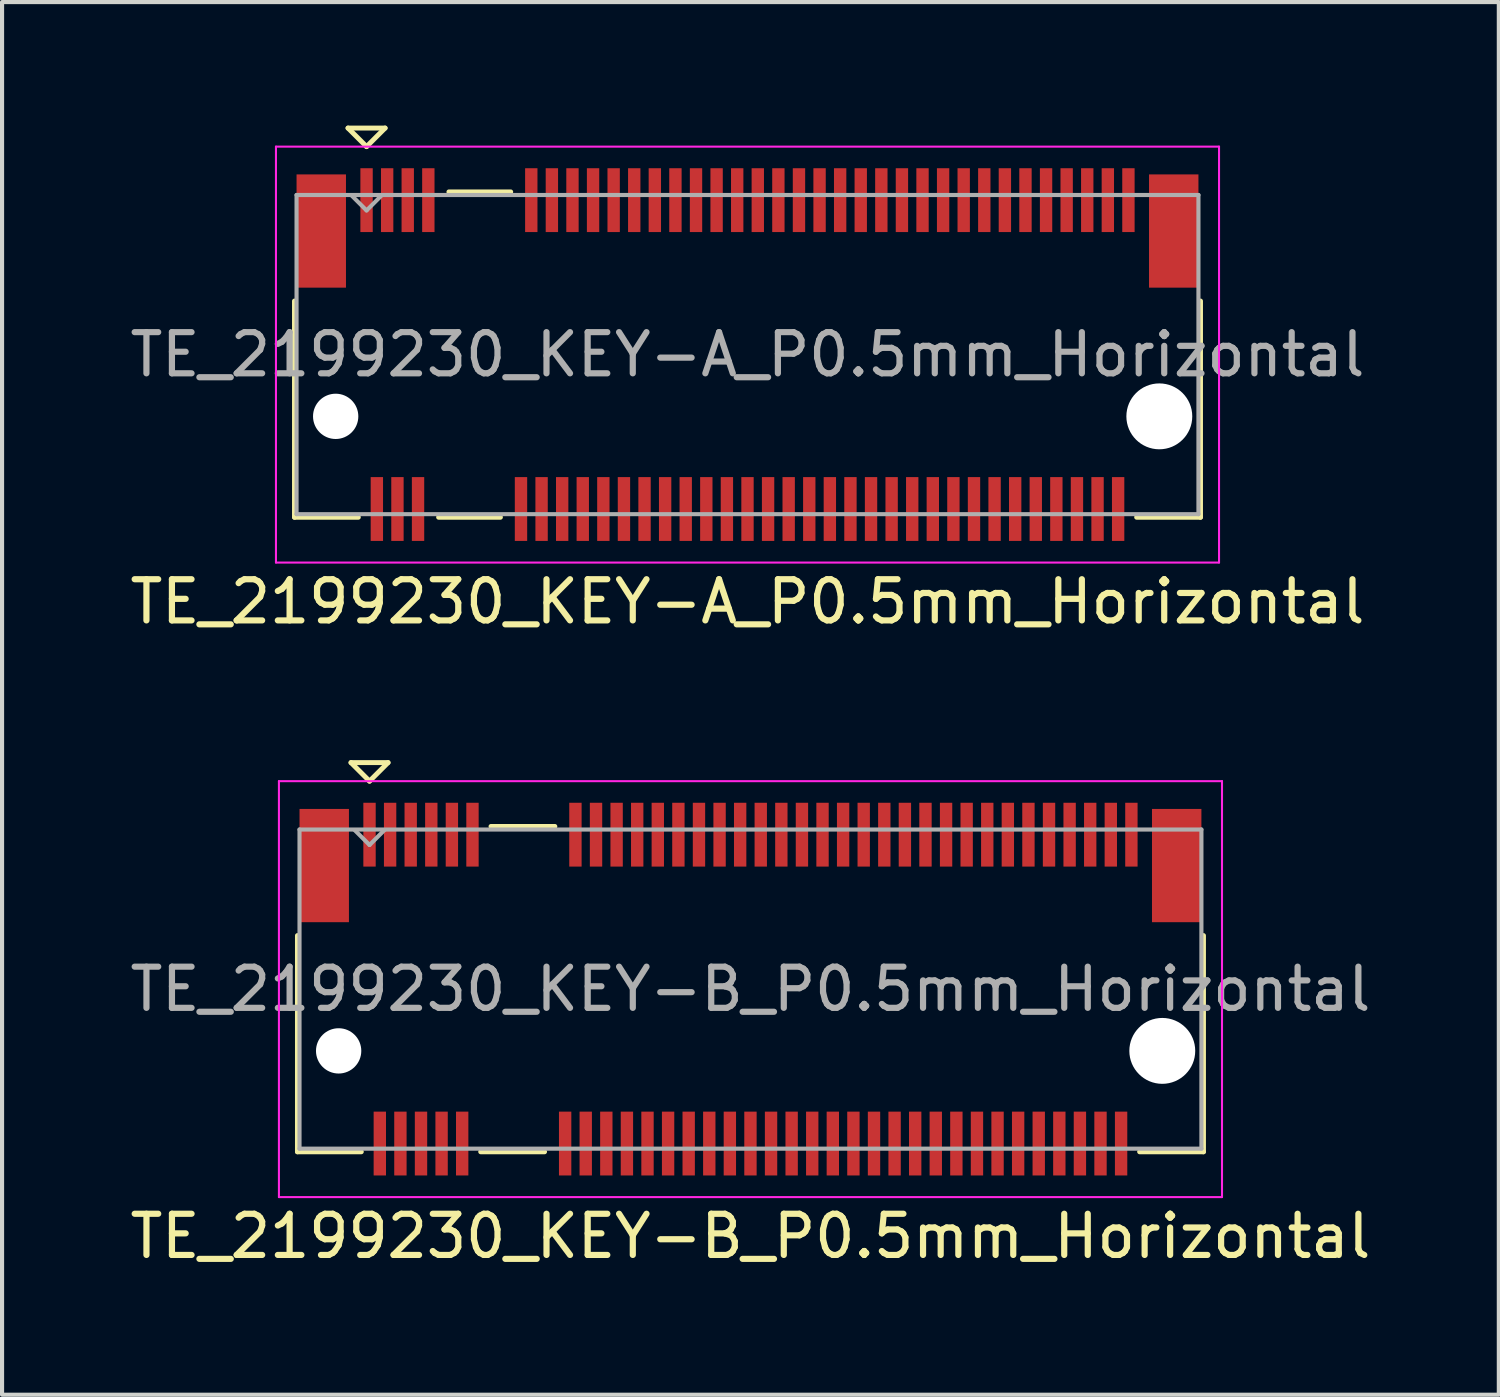
<source format=kicad_pcb>
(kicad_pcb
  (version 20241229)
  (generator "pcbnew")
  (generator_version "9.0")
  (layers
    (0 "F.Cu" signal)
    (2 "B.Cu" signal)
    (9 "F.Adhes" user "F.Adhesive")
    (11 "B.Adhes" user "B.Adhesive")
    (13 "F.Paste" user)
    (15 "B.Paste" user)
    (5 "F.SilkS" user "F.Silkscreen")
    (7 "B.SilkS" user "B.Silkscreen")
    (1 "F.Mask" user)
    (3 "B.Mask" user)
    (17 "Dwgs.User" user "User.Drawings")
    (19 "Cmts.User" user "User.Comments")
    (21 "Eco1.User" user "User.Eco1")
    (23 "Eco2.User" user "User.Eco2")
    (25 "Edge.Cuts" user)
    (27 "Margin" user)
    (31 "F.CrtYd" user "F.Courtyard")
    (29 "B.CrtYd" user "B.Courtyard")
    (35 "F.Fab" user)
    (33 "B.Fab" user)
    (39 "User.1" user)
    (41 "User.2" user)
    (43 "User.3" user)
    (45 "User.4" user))
  (footprint "TE_2199230_KEY-A_P0.5mm_Horizontal"
    (layer "F.Cu")
    (at 15.101 5.56)
    (property "Reference" "TE_2199230_KEY-A_P0.5mm_Horizontal" (at 0 6 0) (layer "F.SilkS") (effects (font (size 1 1) (thickness 0.15))))
    (attr smd)
    (fp_line (start -11 3.95) (end -11 -1.3) (stroke (width 0.12) (type solid)) (layer "F.SilkS"))
    (fp_line (start -9.7 -5.5) (end -8.8 -5.5) (stroke (width 0.12) (type solid)) (layer "F.SilkS"))
    (fp_line (start -9.45 3.95) (end -11 3.95) (stroke (width 0.12) (type solid)) (layer "F.SilkS"))
    (fp_line (start -9.25 -5.05) (end -9.7 -5.5) (stroke (width 0.12) (type solid)) (layer "F.SilkS"))
    (fp_line (start -8.8 -5.5) (end -9.25 -5.05) (stroke (width 0.12) (type solid)) (layer "F.SilkS"))
    (fp_line (start -6 3.95) (end -7.5 3.95) (stroke (width 0.12) (type solid)) (layer "F.SilkS"))
    (fp_line (start -5.75 -3.95) (end -7.25 -3.95) (stroke (width 0.12) (type solid)) (layer "F.SilkS"))
    (fp_line (start 11 -1.3) (end 11 3.95) (stroke (width 0.12) (type solid)) (layer "F.SilkS"))
    (fp_line (start 11 3.95) (end 9.45 3.95) (stroke (width 0.12) (type solid)) (layer "F.SilkS"))
    (fp_line (start -11.45 -5.05) (end 11.45 -5.05) (stroke (width 0.05) (type solid)) (layer "F.CrtYd"))
    (fp_line (start -11.45 5.05) (end -11.45 -5.05) (stroke (width 0.05) (type solid)) (layer "F.CrtYd"))
    (fp_line (start -11.45 5.05) (end 11.45 5.05) (stroke (width 0.05) (type solid)) (layer "F.CrtYd"))
    (fp_line (start 11.45 -5.05) (end 11.45 5.05) (stroke (width 0.05) (type solid)) (layer "F.CrtYd"))
    (fp_line (start -10.95 -3.875) (end -10.95 3.875) (stroke (width 0.1) (type solid)) (layer "F.Fab"))
    (fp_line (start -10.95 3.875) (end 10.95 3.875) (stroke (width 0.1) (type solid)) (layer "F.Fab"))
    (fp_line (start -9.25 -3.5) (end -9.61 -3.86) (stroke (width 0.1) (type solid)) (layer "F.Fab"))
    (fp_line (start -9.25 -3.5) (end -8.89 -3.86) (stroke (width 0.1) (type solid)) (layer "F.Fab"))
    (fp_line (start 10.95 -3.875) (end -10.95 -3.875) (stroke (width 0.1) (type solid)) (layer "F.Fab"))
    (fp_line (start 10.95 -3.875) (end 10.95 3.875) (stroke (width 0.1) (type solid)) (layer "F.Fab"))
    (fp_text user "${REFERENCE}" (at 0 0 0) (layer "F.Fab") (effects (font (size 1 1) (thickness 0.15))))
    (pad "" np_thru_hole circle (at -10 1.5) (size 1.1 1.1) (drill 1.1) (layers "*.Cu" "*.Mask"))
    (pad "" np_thru_hole circle (at 10 1.5) (size 1.6 1.6) (drill 1.6) (layers "*.Cu" "*.Mask"))
    (pad "1" smd rect (at -9.25 -3.75) (size 0.3 1.55) (layers "F.Cu" "F.Mask" "F.Paste"))
    (pad "2" smd rect (at -9 3.75) (size 0.3 1.55) (layers "F.Cu" "F.Mask" "F.Paste"))
    (pad "3" smd rect (at -8.75 -3.75) (size 0.3 1.55) (layers "F.Cu" "F.Mask" "F.Paste"))
    (pad "4" smd rect (at -8.5 3.75) (size 0.3 1.55) (layers "F.Cu" "F.Mask" "F.Paste"))
    (pad "5" smd rect (at -8.25 -3.75) (size 0.3 1.55) (layers "F.Cu" "F.Mask" "F.Paste"))
    (pad "6" smd rect (at -8 3.75) (size 0.3 1.55) (layers "F.Cu" "F.Mask" "F.Paste"))
    (pad "7" smd rect (at -7.75 -3.75) (size 0.3 1.55) (layers "F.Cu" "F.Mask" "F.Paste"))
    (pad "16" smd rect (at -5.5 3.75) (size 0.3 1.55) (layers "F.Cu" "F.Mask" "F.Paste"))
    (pad "17" smd rect (at -5.25 -3.75) (size 0.3 1.55) (layers "F.Cu" "F.Mask" "F.Paste"))
    (pad "18" smd rect (at -5 3.75) (size 0.3 1.55) (layers "F.Cu" "F.Mask" "F.Paste"))
    (pad "19" smd rect (at -4.75 -3.75) (size 0.3 1.55) (layers "F.Cu" "F.Mask" "F.Paste"))
    (pad "20" smd rect (at -4.5 3.75) (size 0.3 1.55) (layers "F.Cu" "F.Mask" "F.Paste"))
    (pad "21" smd rect (at -4.25 -3.75) (size 0.3 1.55) (layers "F.Cu" "F.Mask" "F.Paste"))
    (pad "22" smd rect (at -4 3.75) (size 0.3 1.55) (layers "F.Cu" "F.Mask" "F.Paste"))
    (pad "23" smd rect (at -3.75 -3.75) (size 0.3 1.55) (layers "F.Cu" "F.Mask" "F.Paste"))
    (pad "24" smd rect (at -3.5 3.75) (size 0.3 1.55) (layers "F.Cu" "F.Mask" "F.Paste"))
    (pad "25" smd rect (at -3.25 -3.75) (size 0.3 1.55) (layers "F.Cu" "F.Mask" "F.Paste"))
    (pad "26" smd rect (at -3 3.75) (size 0.3 1.55) (layers "F.Cu" "F.Mask" "F.Paste"))
    (pad "27" smd rect (at -2.75 -3.75) (size 0.3 1.55) (layers "F.Cu" "F.Mask" "F.Paste"))
    (pad "28" smd rect (at -2.5 3.75) (size 0.3 1.55) (layers "F.Cu" "F.Mask" "F.Paste"))
    (pad "29" smd rect (at -2.25 -3.75) (size 0.3 1.55) (layers "F.Cu" "F.Mask" "F.Paste"))
    (pad "30" smd rect (at -2 3.75) (size 0.3 1.55) (layers "F.Cu" "F.Mask" "F.Paste"))
    (pad "31" smd rect (at -1.75 -3.75) (size 0.3 1.55) (layers "F.Cu" "F.Mask" "F.Paste"))
    (pad "32" smd rect (at -1.5 3.75) (size 0.3 1.55) (layers "F.Cu" "F.Mask" "F.Paste"))
    (pad "33" smd rect (at -1.25 -3.75) (size 0.3 1.55) (layers "F.Cu" "F.Mask" "F.Paste"))
    (pad "34" smd rect (at -1 3.75) (size 0.3 1.55) (layers "F.Cu" "F.Mask" "F.Paste"))
    (pad "35" smd rect (at -0.75 -3.75) (size 0.3 1.55) (layers "F.Cu" "F.Mask" "F.Paste"))
    (pad "36" smd rect (at -0.5 3.75) (size 0.3 1.55) (layers "F.Cu" "F.Mask" "F.Paste"))
    (pad "37" smd rect (at -0.25 -3.75) (size 0.3 1.55) (layers "F.Cu" "F.Mask" "F.Paste"))
    (pad "38" smd rect (at 0 3.75) (size 0.3 1.55) (layers "F.Cu" "F.Mask" "F.Paste"))
    (pad "39" smd rect (at 0.25 -3.75) (size 0.3 1.55) (layers "F.Cu" "F.Mask" "F.Paste"))
    (pad "40" smd rect (at 0.5 3.75) (size 0.3 1.55) (layers "F.Cu" "F.Mask" "F.Paste"))
    (pad "41" smd rect (at 0.75 -3.75) (size 0.3 1.55) (layers "F.Cu" "F.Mask" "F.Paste"))
    (pad "42" smd rect (at 1 3.75) (size 0.3 1.55) (layers "F.Cu" "F.Mask" "F.Paste"))
    (pad "43" smd rect (at 1.25 -3.75) (size 0.3 1.55) (layers "F.Cu" "F.Mask" "F.Paste"))
    (pad "44" smd rect (at 1.5 3.75) (size 0.3 1.55) (layers "F.Cu" "F.Mask" "F.Paste"))
    (pad "45" smd rect (at 1.75 -3.75) (size 0.3 1.55) (layers "F.Cu" "F.Mask" "F.Paste"))
    (pad "46" smd rect (at 2 3.75) (size 0.3 1.55) (layers "F.Cu" "F.Mask" "F.Paste"))
    (pad "47" smd rect (at 2.25 -3.75) (size 0.3 1.55) (layers "F.Cu" "F.Mask" "F.Paste"))
    (pad "48" smd rect (at 2.5 3.75) (size 0.3 1.55) (layers "F.Cu" "F.Mask" "F.Paste"))
    (pad "49" smd rect (at 2.75 -3.75) (size 0.3 1.55) (layers "F.Cu" "F.Mask" "F.Paste"))
    (pad "50" smd rect (at 3 3.75) (size 0.3 1.55) (layers "F.Cu" "F.Mask" "F.Paste"))
    (pad "51" smd rect (at 3.25 -3.75) (size 0.3 1.55) (layers "F.Cu" "F.Mask" "F.Paste"))
    (pad "52" smd rect (at 3.5 3.75) (size 0.3 1.55) (layers "F.Cu" "F.Mask" "F.Paste"))
    (pad "53" smd rect (at 3.75 -3.75) (size 0.3 1.55) (layers "F.Cu" "F.Mask" "F.Paste"))
    (pad "54" smd rect (at 4 3.75) (size 0.3 1.55) (layers "F.Cu" "F.Mask" "F.Paste"))
    (pad "55" smd rect (at 4.25 -3.75) (size 0.3 1.55) (layers "F.Cu" "F.Mask" "F.Paste"))
    (pad "56" smd rect (at 4.5 3.75) (size 0.3 1.55) (layers "F.Cu" "F.Mask" "F.Paste"))
    (pad "57" smd rect (at 4.75 -3.75) (size 0.3 1.55) (layers "F.Cu" "F.Mask" "F.Paste"))
    (pad "58" smd rect (at 5 3.75) (size 0.3 1.55) (layers "F.Cu" "F.Mask" "F.Paste"))
    (pad "59" smd rect (at 5.25 -3.75) (size 0.3 1.55) (layers "F.Cu" "F.Mask" "F.Paste"))
    (pad "60" smd rect (at 5.5 3.75) (size 0.3 1.55) (layers "F.Cu" "F.Mask" "F.Paste"))
    (pad "61" smd rect (at 5.75 -3.75) (size 0.3 1.55) (layers "F.Cu" "F.Mask" "F.Paste"))
    (pad "62" smd rect (at 6 3.75) (size 0.3 1.55) (layers "F.Cu" "F.Mask" "F.Paste"))
    (pad "63" smd rect (at 6.25 -3.75) (size 0.3 1.55) (layers "F.Cu" "F.Mask" "F.Paste"))
    (pad "64" smd rect (at 6.5 3.75) (size 0.3 1.55) (layers "F.Cu" "F.Mask" "F.Paste"))
    (pad "65" smd rect (at 6.75 -3.75) (size 0.3 1.55) (layers "F.Cu" "F.Mask" "F.Paste"))
    (pad "66" smd rect (at 7 3.75) (size 0.3 1.55) (layers "F.Cu" "F.Mask" "F.Paste"))
    (pad "67" smd rect (at 7.25 -3.75) (size 0.3 1.55) (layers "F.Cu" "F.Mask" "F.Paste"))
    (pad "68" smd rect (at 7.5 3.75) (size 0.3 1.55) (layers "F.Cu" "F.Mask" "F.Paste"))
    (pad "69" smd rect (at 7.75 -3.75) (size 0.3 1.55) (layers "F.Cu" "F.Mask" "F.Paste"))
    (pad "70" smd rect (at 8 3.75) (size 0.3 1.55) (layers "F.Cu" "F.Mask" "F.Paste"))
    (pad "71" smd rect (at 8.25 -3.75) (size 0.3 1.55) (layers "F.Cu" "F.Mask" "F.Paste"))
    (pad "72" smd rect (at 8.5 3.75) (size 0.3 1.55) (layers "F.Cu" "F.Mask" "F.Paste"))
    (pad "73" smd rect (at 8.75 -3.75) (size 0.3 1.55) (layers "F.Cu" "F.Mask" "F.Paste"))
    (pad "74" smd rect (at 9 3.75) (size 0.3 1.55) (layers "F.Cu" "F.Mask" "F.Paste"))
    (pad "75" smd rect (at 9.25 -3.75) (size 0.3 1.55) (layers "F.Cu" "F.Mask" "F.Paste"))
    (pad "MP" smd rect (at -10.35 -3) (size 1.2 2.75) (layers "F.Cu" "F.Mask" "F.Paste"))
    (pad "MP" smd rect (at 10.35 -3) (size 1.2 2.75) (layers "F.Cu" "F.Mask" "F.Paste")))
  (footprint "TE_2199230_KEY-B_P0.5mm_Horizontal"
    (layer "F.Cu")
    (at 15.173 20.968)
    (property "Reference" "TE_2199230_KEY-B_P0.5mm_Horizontal" (at 0 6 0) (layer "F.SilkS") (effects (font (size 1 1) (thickness 0.15))))
    (attr through_hole)
    (fp_line (start -11 3.95) (end -11 -1.3) (stroke (width 0.12) (type solid)) (layer "F.SilkS"))
    (fp_line (start -9.7 -5.5) (end -8.8 -5.5) (stroke (width 0.12) (type solid)) (layer "F.SilkS"))
    (fp_line (start -9.45 3.95) (end -11 3.95) (stroke (width 0.12) (type solid)) (layer "F.SilkS"))
    (fp_line (start -9.25 -5.05) (end -9.7 -5.5) (stroke (width 0.12) (type solid)) (layer "F.SilkS"))
    (fp_line (start -8.8 -5.5) (end -9.25 -5.05) (stroke (width 0.12) (type solid)) (layer "F.SilkS"))
    (fp_line (start -5 3.95) (end -6.55 3.95) (stroke (width 0.12) (type solid)) (layer "F.SilkS"))
    (fp_line (start -4.75 -3.95) (end -6.3 -3.95) (stroke (width 0.12) (type solid)) (layer "F.SilkS"))
    (fp_line (start 11 -1.3) (end 11 3.95) (stroke (width 0.12) (type solid)) (layer "F.SilkS"))
    (fp_line (start 11 3.95) (end 9.45 3.95) (stroke (width 0.12) (type solid)) (layer "F.SilkS"))
    (fp_line (start -11.45 -5.05) (end 11.45 -5.05) (stroke (width 0.05) (type solid)) (layer "F.CrtYd"))
    (fp_line (start -11.45 5.05) (end -11.45 -5.05) (stroke (width 0.05) (type solid)) (layer "F.CrtYd"))
    (fp_line (start -11.45 5.05) (end 11.45 5.05) (stroke (width 0.05) (type solid)) (layer "F.CrtYd"))
    (fp_line (start 11.45 -5.05) (end 11.45 5.05) (stroke (width 0.05) (type solid)) (layer "F.CrtYd"))
    (fp_line (start -10.95 -3.875) (end -10.95 3.875) (stroke (width 0.1) (type solid)) (layer "F.Fab"))
    (fp_line (start -10.95 3.875) (end 10.95 3.875) (stroke (width 0.1) (type solid)) (layer "F.Fab"))
    (fp_line (start -9.25 -3.5) (end -9.61 -3.86) (stroke (width 0.1) (type solid)) (layer "F.Fab"))
    (fp_line (start -9.25 -3.5) (end -8.89 -3.86) (stroke (width 0.1) (type solid)) (layer "F.Fab"))
    (fp_line (start 10.95 -3.875) (end -10.95 -3.875) (stroke (width 0.1) (type solid)) (layer "F.Fab"))
    (fp_line (start 10.95 -3.875) (end 10.95 3.875) (stroke (width 0.1) (type solid)) (layer "F.Fab"))
    (fp_text user "${REFERENCE}" (at 0 0 0) (layer "F.Fab") (effects (font (size 1 1) (thickness 0.15))))
    (pad "" np_thru_hole circle (at -10 1.5) (size 1.1 1.1) (drill 1.1) (layers "*.Cu" "*.Mask"))
    (pad "" np_thru_hole circle (at 10 1.5) (size 1.6 1.6) (drill 1.6) (layers "*.Cu" "*.Mask"))
    (pad "1" smd rect (at -9.25 -3.75) (size 0.3 1.55) (layers "F.Cu" "F.Mask" "F.Paste"))
    (pad "2" smd rect (at -9 3.75) (size 0.3 1.55) (layers "F.Cu" "F.Mask" "F.Paste"))
    (pad "3" smd rect (at -8.75 -3.75) (size 0.3 1.55) (layers "F.Cu" "F.Mask" "F.Paste"))
    (pad "4" smd rect (at -8.5 3.75) (size 0.3 1.55) (layers "F.Cu" "F.Mask" "F.Paste"))
    (pad "5" smd rect (at -8.25 -3.75) (size 0.3 1.55) (layers "F.Cu" "F.Mask" "F.Paste"))
    (pad "6" smd rect (at -8 3.75) (size 0.3 1.55) (layers "F.Cu" "F.Mask" "F.Paste"))
    (pad "7" smd rect (at -7.75 -3.75) (size 0.3 1.55) (layers "F.Cu" "F.Mask" "F.Paste"))
    (pad "8" smd rect (at -7.5 3.75) (size 0.3 1.55) (layers "F.Cu" "F.Mask" "F.Paste"))
    (pad "9" smd rect (at -7.25 -3.75) (size 0.3 1.55) (layers "F.Cu" "F.Mask" "F.Paste"))
    (pad "10" smd rect (at -7 3.75) (size 0.3 1.55) (layers "F.Cu" "F.Mask" "F.Paste"))
    (pad "11" smd rect (at -6.75 -3.75) (size 0.3 1.55) (layers "F.Cu" "F.Mask" "F.Paste"))
    (pad "20" smd rect (at -4.5 3.75) (size 0.3 1.55) (layers "F.Cu" "F.Mask" "F.Paste"))
    (pad "21" smd rect (at -4.25 -3.75) (size 0.3 1.55) (layers "F.Cu" "F.Mask" "F.Paste"))
    (pad "22" smd rect (at -4 3.75) (size 0.3 1.55) (layers "F.Cu" "F.Mask" "F.Paste"))
    (pad "23" smd rect (at -3.75 -3.75) (size 0.3 1.55) (layers "F.Cu" "F.Mask" "F.Paste"))
    (pad "24" smd rect (at -3.5 3.75) (size 0.3 1.55) (layers "F.Cu" "F.Mask" "F.Paste"))
    (pad "25" smd rect (at -3.25 -3.75) (size 0.3 1.55) (layers "F.Cu" "F.Mask" "F.Paste"))
    (pad "26" smd rect (at -3 3.75) (size 0.3 1.55) (layers "F.Cu" "F.Mask" "F.Paste"))
    (pad "27" smd rect (at -2.75 -3.75) (size 0.3 1.55) (layers "F.Cu" "F.Mask" "F.Paste"))
    (pad "28" smd rect (at -2.5 3.75) (size 0.3 1.55) (layers "F.Cu" "F.Mask" "F.Paste"))
    (pad "29" smd rect (at -2.25 -3.75) (size 0.3 1.55) (layers "F.Cu" "F.Mask" "F.Paste"))
    (pad "30" smd rect (at -2 3.75) (size 0.3 1.55) (layers "F.Cu" "F.Mask" "F.Paste"))
    (pad "31" smd rect (at -1.75 -3.75) (size 0.3 1.55) (layers "F.Cu" "F.Mask" "F.Paste"))
    (pad "32" smd rect (at -1.5 3.75) (size 0.3 1.55) (layers "F.Cu" "F.Mask" "F.Paste"))
    (pad "33" smd rect (at -1.25 -3.75) (size 0.3 1.55) (layers "F.Cu" "F.Mask" "F.Paste"))
    (pad "34" smd rect (at -1 3.75) (size 0.3 1.55) (layers "F.Cu" "F.Mask" "F.Paste"))
    (pad "35" smd rect (at -0.75 -3.75) (size 0.3 1.55) (layers "F.Cu" "F.Mask" "F.Paste"))
    (pad "36" smd rect (at -0.5 3.75) (size 0.3 1.55) (layers "F.Cu" "F.Mask" "F.Paste"))
    (pad "37" smd rect (at -0.25 -3.75) (size 0.3 1.55) (layers "F.Cu" "F.Mask" "F.Paste"))
    (pad "38" smd rect (at 0 3.75) (size 0.3 1.55) (layers "F.Cu" "F.Mask" "F.Paste"))
    (pad "39" smd rect (at 0.25 -3.75) (size 0.3 1.55) (layers "F.Cu" "F.Mask" "F.Paste"))
    (pad "40" smd rect (at 0.5 3.75) (size 0.3 1.55) (layers "F.Cu" "F.Mask" "F.Paste"))
    (pad "41" smd rect (at 0.75 -3.75) (size 0.3 1.55) (layers "F.Cu" "F.Mask" "F.Paste"))
    (pad "42" smd rect (at 1 3.75) (size 0.3 1.55) (layers "F.Cu" "F.Mask" "F.Paste"))
    (pad "43" smd rect (at 1.25 -3.75) (size 0.3 1.55) (layers "F.Cu" "F.Mask" "F.Paste"))
    (pad "44" smd rect (at 1.5 3.75) (size 0.3 1.55) (layers "F.Cu" "F.Mask" "F.Paste"))
    (pad "45" smd rect (at 1.75 -3.75) (size 0.3 1.55) (layers "F.Cu" "F.Mask" "F.Paste"))
    (pad "46" smd rect (at 2 3.75) (size 0.3 1.55) (layers "F.Cu" "F.Mask" "F.Paste"))
    (pad "47" smd rect (at 2.25 -3.75) (size 0.3 1.55) (layers "F.Cu" "F.Mask" "F.Paste"))
    (pad "48" smd rect (at 2.5 3.75) (size 0.3 1.55) (layers "F.Cu" "F.Mask" "F.Paste"))
    (pad "49" smd rect (at 2.75 -3.75) (size 0.3 1.55) (layers "F.Cu" "F.Mask" "F.Paste"))
    (pad "50" smd rect (at 3 3.75) (size 0.3 1.55) (layers "F.Cu" "F.Mask" "F.Paste"))
    (pad "51" smd rect (at 3.25 -3.75) (size 0.3 1.55) (layers "F.Cu" "F.Mask" "F.Paste"))
    (pad "52" smd rect (at 3.5 3.75) (size 0.3 1.55) (layers "F.Cu" "F.Mask" "F.Paste"))
    (pad "53" smd rect (at 3.75 -3.75) (size 0.3 1.55) (layers "F.Cu" "F.Mask" "F.Paste"))
    (pad "54" smd rect (at 4 3.75) (size 0.3 1.55) (layers "F.Cu" "F.Mask" "F.Paste"))
    (pad "55" smd rect (at 4.25 -3.75) (size 0.3 1.55) (layers "F.Cu" "F.Mask" "F.Paste"))
    (pad "56" smd rect (at 4.5 3.75) (size 0.3 1.55) (layers "F.Cu" "F.Mask" "F.Paste"))
    (pad "57" smd rect (at 4.75 -3.75) (size 0.3 1.55) (layers "F.Cu" "F.Mask" "F.Paste"))
    (pad "58" smd rect (at 5 3.75) (size 0.3 1.55) (layers "F.Cu" "F.Mask" "F.Paste"))
    (pad "59" smd rect (at 5.25 -3.75) (size 0.3 1.55) (layers "F.Cu" "F.Mask" "F.Paste"))
    (pad "60" smd rect (at 5.5 3.75) (size 0.3 1.55) (layers "F.Cu" "F.Mask" "F.Paste"))
    (pad "61" smd rect (at 5.75 -3.75) (size 0.3 1.55) (layers "F.Cu" "F.Mask" "F.Paste"))
    (pad "62" smd rect (at 6 3.75) (size 0.3 1.55) (layers "F.Cu" "F.Mask" "F.Paste"))
    (pad "63" smd rect (at 6.25 -3.75) (size 0.3 1.55) (layers "F.Cu" "F.Mask" "F.Paste"))
    (pad "64" smd rect (at 6.5 3.75) (size 0.3 1.55) (layers "F.Cu" "F.Mask" "F.Paste"))
    (pad "65" smd rect (at 6.75 -3.75) (size 0.3 1.55) (layers "F.Cu" "F.Mask" "F.Paste"))
    (pad "66" smd rect (at 7 3.75) (size 0.3 1.55) (layers "F.Cu" "F.Mask" "F.Paste"))
    (pad "67" smd rect (at 7.25 -3.75) (size 0.3 1.55) (layers "F.Cu" "F.Mask" "F.Paste"))
    (pad "68" smd rect (at 7.5 3.75) (size 0.3 1.55) (layers "F.Cu" "F.Mask" "F.Paste"))
    (pad "69" smd rect (at 7.75 -3.75) (size 0.3 1.55) (layers "F.Cu" "F.Mask" "F.Paste"))
    (pad "70" smd rect (at 8 3.75) (size 0.3 1.55) (layers "F.Cu" "F.Mask" "F.Paste"))
    (pad "71" smd rect (at 8.25 -3.75) (size 0.3 1.55) (layers "F.Cu" "F.Mask" "F.Paste"))
    (pad "72" smd rect (at 8.5 3.75) (size 0.3 1.55) (layers "F.Cu" "F.Mask" "F.Paste"))
    (pad "73" smd rect (at 8.75 -3.75) (size 0.3 1.55) (layers "F.Cu" "F.Mask" "F.Paste"))
    (pad "74" smd rect (at 9 3.75) (size 0.3 1.55) (layers "F.Cu" "F.Mask" "F.Paste"))
    (pad "75" smd rect (at 9.25 -3.75) (size 0.3 1.55) (layers "F.Cu" "F.Mask" "F.Paste"))
    (pad "MP" smd rect (at -10.35 -3) (size 1.2 2.75) (layers "F.Cu" "F.Mask" "F.Paste"))
    (pad "MP" smd rect (at 10.35 -3) (size 1.2 2.75) (layers "F.Cu" "F.Mask" "F.Paste")))
  (gr_rect
    (start -3 -3)
    (end 33.345 30.817)
    (stroke (width 0.1) (type default))
    (fill no)
    (layer "Edge.Cuts")))
</source>
